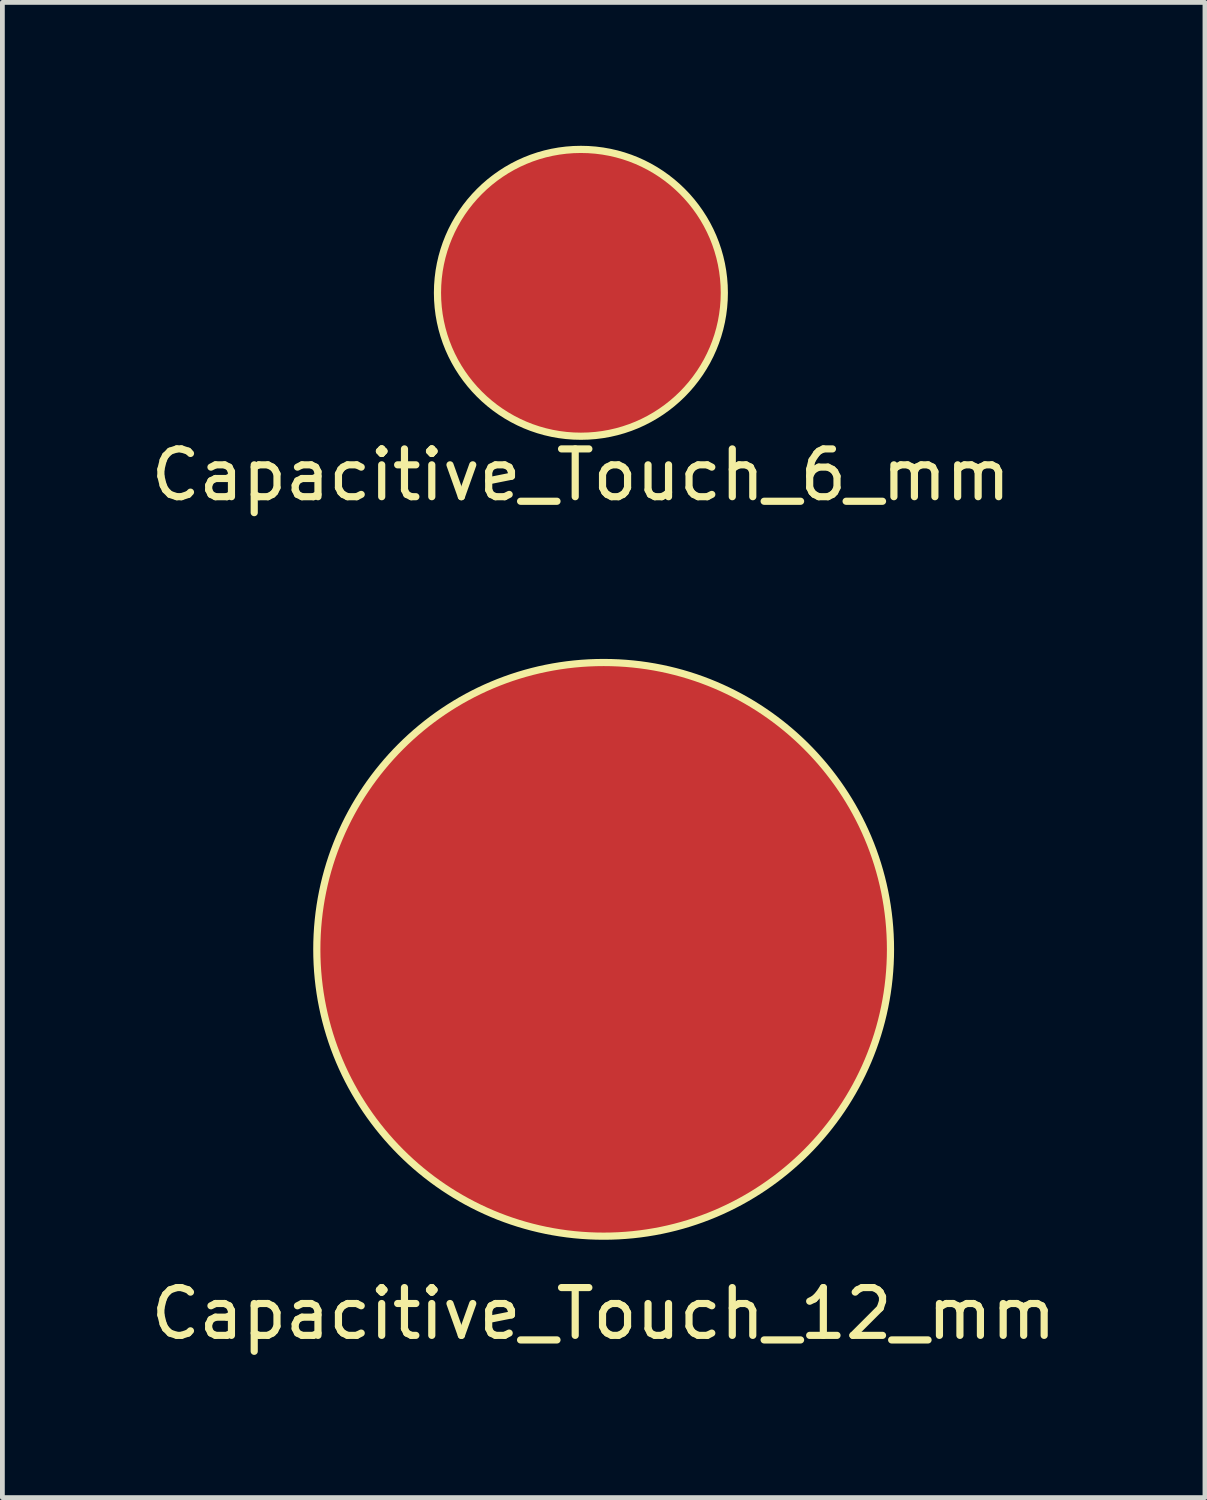
<source format=kicad_pcb>
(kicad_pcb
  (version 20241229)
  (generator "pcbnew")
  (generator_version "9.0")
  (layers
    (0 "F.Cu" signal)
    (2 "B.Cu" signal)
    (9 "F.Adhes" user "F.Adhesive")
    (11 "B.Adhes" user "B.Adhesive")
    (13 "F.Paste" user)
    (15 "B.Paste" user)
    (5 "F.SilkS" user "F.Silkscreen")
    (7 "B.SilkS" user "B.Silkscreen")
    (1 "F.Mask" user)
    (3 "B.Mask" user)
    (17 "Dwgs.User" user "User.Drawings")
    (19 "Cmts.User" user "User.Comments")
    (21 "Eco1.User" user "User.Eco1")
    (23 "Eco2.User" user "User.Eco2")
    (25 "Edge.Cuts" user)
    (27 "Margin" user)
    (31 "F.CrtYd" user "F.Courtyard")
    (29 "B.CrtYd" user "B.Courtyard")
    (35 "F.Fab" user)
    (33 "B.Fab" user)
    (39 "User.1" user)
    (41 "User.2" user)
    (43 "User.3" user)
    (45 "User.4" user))
  (footprint "Capacitive_Touch_6_mm"
    (layer "F.Cu")
    (at 9.101 3.075)
    (property "Reference" "Capacitive_Touch_6_mm" (at 0 3.81 0) (layer "F.SilkS") (effects (font (size 1 1) (thickness 0.15))))
    (attr through_hole)
    (fp_circle (center 0 0) (end 3 0) (stroke (width 0.15) (type solid)) (fill no) (layer "F.SilkS"))
    (pad "1" smd circle (at 0 0) (size 6 6) (layers "F.Cu")))
  (footprint "Capacitive_Touch_12_mm"
    (layer "F.Cu")
    (at 9.577 16.808)
    (property "Reference" "Capacitive_Touch_12_mm" (at 0 7.62 0) (layer "F.SilkS") (effects (font (size 1 1) (thickness 0.15))))
    (attr smd)
    (fp_circle (center 0 0) (end 6 0) (stroke (width 0.15) (type solid)) (fill no) (layer "F.SilkS"))
    (pad "1" smd circle (at 0 0) (size 12 12) (layers "F.Cu")))
  (gr_rect
    (start -3 -3)
    (end 22.155 28.276)
    (stroke (width 0.1) (type default))
    (fill no)
    (layer "Edge.Cuts")))
</source>
